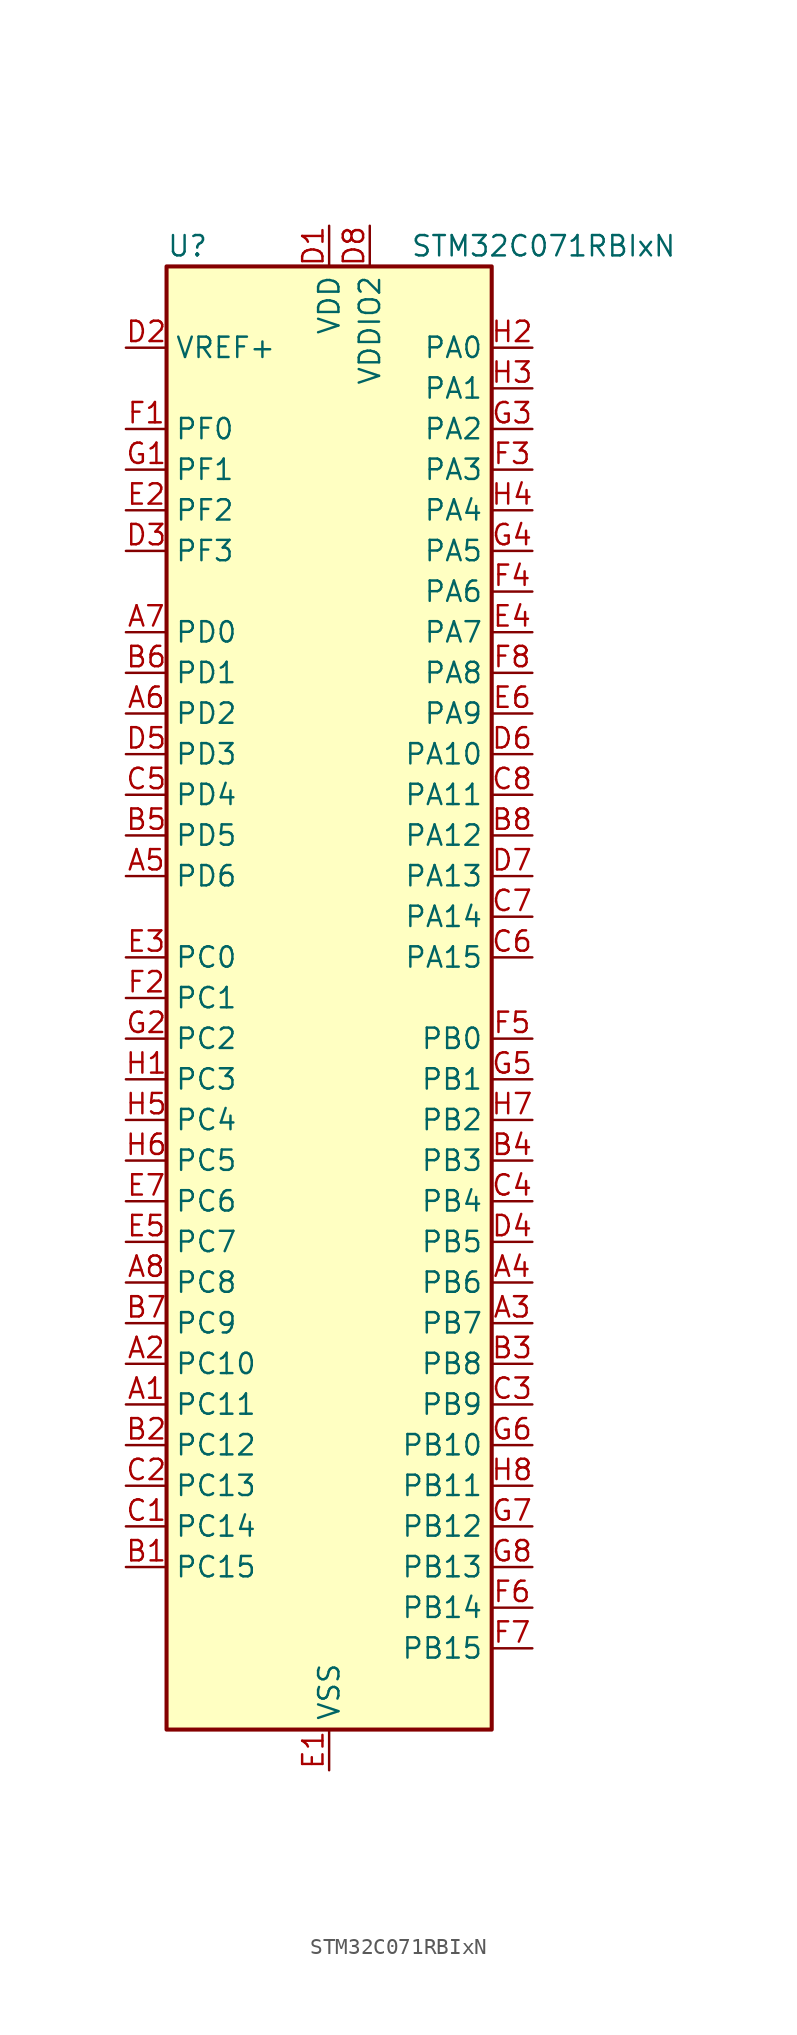
<source format=kicad_sym>
(kicad_symbol_lib
  (version 20241209)
  (generator "kicad_symbol_editor")
  (generator_version "9.0")
  (symbol "STM32C071RBIxN"
    (property "Reference" "U"
      (at -10.16 46.99 0)
      (effects (font (size 1.27 1.27)) (justify left)))
    (property "Value" "STM32C071RBIxN"
      (at 5.08 46.99 0)
      (effects (font (size 1.27 1.27)) (justify left)))
    (symbol "STM32C071RBIxN_0_1"
      (rectangle (start -10.16 -45.72) (end 10.16 45.72) (stroke (width 0.254) (type default)) (fill (type background))))
    (symbol "STM32C071RBIxN_1_1"
      (pin input line (at -12.7 40.64 0) (length 2.54) (name "VREF+" (effects (font (size 1.27 1.27)))) (number "D2" (effects (font (size 1.27 1.27)))))
      (pin bidirectional line (at -12.7 35.56 0) (length 2.54) (name "PF0" (effects (font (size 1.27 1.27)))) (number "F1" (effects (font (size 1.27 1.27)))) (alternate "CRS_SYNC" bidirectional line) (alternate "RCC_OSC_IN" bidirectional line) (alternate "TIM14_CH1" bidirectional line))
      (pin bidirectional line (at -12.7 33.02 0) (length 2.54) (name "PF1" (effects (font (size 1.27 1.27)))) (number "G1" (effects (font (size 1.27 1.27)))) (alternate "RCC_OSC_EN" bidirectional line) (alternate "RCC_OSC_OUT" bidirectional line))
      (pin bidirectional line (at -12.7 30.48 0) (length 2.54) (name "PF2" (effects (font (size 1.27 1.27)))) (number "E2" (effects (font (size 1.27 1.27)))) (alternate "RCC_MCO" bidirectional line) (alternate "TIM1_CH4" bidirectional line))
      (pin bidirectional line (at -12.7 27.94 0) (length 2.54) (name "PF3" (effects (font (size 1.27 1.27)))) (number "D3" (effects (font (size 1.27 1.27)))))
      (pin bidirectional line (at -12.7 22.86 0) (length 2.54) (name "PD0" (effects (font (size 1.27 1.27)))) (number "A7" (effects (font (size 1.27 1.27)))) (alternate "SPI2_NSS" bidirectional line) (alternate "TIM16_CH1" bidirectional line))
      (pin bidirectional line (at -12.7 20.32 0) (length 2.54) (name "PD1" (effects (font (size 1.27 1.27)))) (number "B6" (effects (font (size 1.27 1.27)))) (alternate "SPI2_SCK" bidirectional line) (alternate "TIM17_CH1" bidirectional line))
      (pin bidirectional line (at -12.7 17.78 0) (length 2.54) (name "PD2" (effects (font (size 1.27 1.27)))) (number "A6" (effects (font (size 1.27 1.27)))) (alternate "TIM1_CH1N" bidirectional line) (alternate "TIM3_ETR" bidirectional line))
      (pin bidirectional line (at -12.7 15.24 0) (length 2.54) (name "PD3" (effects (font (size 1.27 1.27)))) (number "D5" (effects (font (size 1.27 1.27)))) (alternate "SPI2_MISO" bidirectional line) (alternate "TIM1_CH2N" bidirectional line) (alternate "USART2_CTS" bidirectional line) (alternate "USART2_NSS" bidirectional line))
      (pin bidirectional line (at -12.7 12.7 0) (length 2.54) (name "PD4" (effects (font (size 1.27 1.27)))) (number "C5" (effects (font (size 1.27 1.27)))) (alternate "SPI2_MOSI" bidirectional line) (alternate "TIM1_CH3N" bidirectional line) (alternate "USART2_CK" bidirectional line) (alternate "USART2_DE" bidirectional line) (alternate "USART2_RTS" bidirectional line))
      (pin bidirectional line (at -12.7 10.16 0) (length 2.54) (name "PD5" (effects (font (size 1.27 1.27)))) (number "B5" (effects (font (size 1.27 1.27)))) (alternate "I2S1_MCK" bidirectional line) (alternate "SPI1_MISO" bidirectional line) (alternate "TIM1_BKIN" bidirectional line) (alternate "USART2_TX" bidirectional line))
      (pin bidirectional line (at -12.7 7.62 0) (length 2.54) (name "PD6" (effects (font (size 1.27 1.27)))) (number "A5" (effects (font (size 1.27 1.27)))) (alternate "I2S1_SD" bidirectional line) (alternate "SPI1_MOSI" bidirectional line) (alternate "USART2_RX" bidirectional line))
      (pin bidirectional line (at -12.7 2.54 0) (length 2.54) (name "PC0" (effects (font (size 1.27 1.27)))) (number "E3" (effects (font (size 1.27 1.27)))))
      (pin bidirectional line (at -12.7 0 0) (length 2.54) (name "PC1" (effects (font (size 1.27 1.27)))) (number "F2" (effects (font (size 1.27 1.27)))))
      (pin bidirectional line (at -12.7 -2.54 0) (length 2.54) (name "PC2" (effects (font (size 1.27 1.27)))) (number "G2" (effects (font (size 1.27 1.27)))) (alternate "SPI2_MISO" bidirectional line))
      (pin bidirectional line (at -12.7 -5.08 0) (length 2.54) (name "PC3" (effects (font (size 1.27 1.27)))) (number "H1" (effects (font (size 1.27 1.27)))) (alternate "SPI2_MOSI" bidirectional line))
      (pin bidirectional line (at -12.7 -7.62 0) (length 2.54) (name "PC4" (effects (font (size 1.27 1.27)))) (number "H5" (effects (font (size 1.27 1.27)))) (alternate "ADC1_IN11" bidirectional line) (alternate "TIM2_CH1" bidirectional line) (alternate "TIM2_ETR" bidirectional line) (alternate "USART1_TX" bidirectional line))
      (pin bidirectional line (at -12.7 -10.16 0) (length 2.54) (name "PC5" (effects (font (size 1.27 1.27)))) (number "H6" (effects (font (size 1.27 1.27)))) (alternate "ADC1_IN12" bidirectional line) (alternate "PWR_WKUP5" bidirectional line) (alternate "TIM2_CH2" bidirectional line) (alternate "USART1_RX" bidirectional line))
      (pin bidirectional line (at -12.7 -12.7 0) (length 2.54) (name "PC6" (effects (font (size 1.27 1.27)))) (number "E7" (effects (font (size 1.27 1.27)))) (alternate "TIM2_CH3" bidirectional line) (alternate "TIM3_CH1" bidirectional line))
      (pin bidirectional line (at -12.7 -15.24 0) (length 2.54) (name "PC7" (effects (font (size 1.27 1.27)))) (number "E5" (effects (font (size 1.27 1.27)))) (alternate "TIM2_CH4" bidirectional line) (alternate "TIM3_CH2" bidirectional line))
      (pin bidirectional line (at -12.7 -17.78 0) (length 2.54) (name "PC8" (effects (font (size 1.27 1.27)))) (number "A8" (effects (font (size 1.27 1.27)))) (alternate "TIM1_CH1" bidirectional line) (alternate "TIM3_CH3" bidirectional line))
      (pin bidirectional line (at -12.7 -20.32 0) (length 2.54) (name "PC9" (effects (font (size 1.27 1.27)))) (number "B7" (effects (font (size 1.27 1.27)))) (alternate "I2S_CKIN" bidirectional line) (alternate "TIM1_CH2" bidirectional line) (alternate "TIM3_CH4" bidirectional line) (alternate "USB_NOE" bidirectional line))
      (pin bidirectional line (at -12.7 -22.86 0) (length 2.54) (name "PC10" (effects (font (size 1.27 1.27)))) (number "A2" (effects (font (size 1.27 1.27)))) (alternate "TIM1_CH3" bidirectional line))
      (pin bidirectional line (at -12.7 -25.4 0) (length 2.54) (name "PC11" (effects (font (size 1.27 1.27)))) (number "A1" (effects (font (size 1.27 1.27)))) (alternate "ADC1_EXTI11" bidirectional line) (alternate "TIM1_CH4" bidirectional line))
      (pin bidirectional line (at -12.7 -27.94 0) (length 2.54) (name "PC12" (effects (font (size 1.27 1.27)))) (number "B2" (effects (font (size 1.27 1.27)))) (alternate "TIM14_CH1" bidirectional line))
      (pin bidirectional line (at -12.7 -30.48 0) (length 2.54) (name "PC13" (effects (font (size 1.27 1.27)))) (number "C2" (effects (font (size 1.27 1.27)))) (alternate "PWR_WKUP2" bidirectional line) (alternate "RTC_OUT1" bidirectional line) (alternate "RTC_TS" bidirectional line) (alternate "TIM1_BKIN" bidirectional line) (alternate "TIM1_ETR" bidirectional line))
      (pin bidirectional line (at -12.7 -33.02 0) (length 2.54) (name "PC14" (effects (font (size 1.27 1.27)))) (number "C1" (effects (font (size 1.27 1.27)))) (alternate "I2C1_SDA" bidirectional line) (alternate "IR_OUT" bidirectional line) (alternate "RCC_OSCX_IN" bidirectional line) (alternate "SPI2_NSS" bidirectional line) (alternate "TIM17_CH1" bidirectional line) (alternate "TIM1_BKIN2" bidirectional line) (alternate "TIM1_ETR" bidirectional line) (alternate "TIM3_CH2" bidirectional line) (alternate "USART1_TX" bidirectional line) (alternate "USART2_CK" bidirectional line) (alternate "USART2_DE" bidirectional line) (alternate "USART2_RTS" bidirectional line))
      (pin bidirectional line (at -12.7 -35.56 0) (length 2.54) (name "PC15" (effects (font (size 1.27 1.27)))) (number "B1" (effects (font (size 1.27 1.27)))) (alternate "RCC_OSC32_EN" bidirectional line) (alternate "RCC_OSCX_OUT" bidirectional line) (alternate "RCC_OSC_EN" bidirectional line) (alternate "TIM1_ETR" bidirectional line) (alternate "TIM3_CH3" bidirectional line))
      (pin power_in line (at 0 48.26 270) (length 2.54) (name "VDD" (effects (font (size 1.27 1.27)))) (number "D1" (effects (font (size 1.27 1.27)))))
      (pin power_in line (at 0 -48.26 90) (length 2.54) (name "VSS" (effects (font (size 1.27 1.27)))) (number "E1" (effects (font (size 1.27 1.27)))))
      (pin passive line (at 0 -48.26 90) (length 2.54) (hide yes) (name "VSS" (effects (font (size 1.27 1.27)))) (number "E8" (effects (font (size 1.27 1.27)))))
      (pin power_in line (at 2.54 48.26 270) (length 2.54) (name "VDDIO2" (effects (font (size 1.27 1.27)))) (number "D8" (effects (font (size 1.27 1.27)))))
      (pin bidirectional line (at 12.7 40.64 180) (length 2.54) (name "PA0" (effects (font (size 1.27 1.27)))) (number "H2" (effects (font (size 1.27 1.27)))) (alternate "ADC1_IN0" bidirectional line) (alternate "PWR_WKUP1" bidirectional line) (alternate "SPI2_SCK" bidirectional line) (alternate "TIM16_CH1" bidirectional line) (alternate "TIM1_CH1" bidirectional line) (alternate "TIM2_CH1" bidirectional line) (alternate "TIM2_ETR" bidirectional line) (alternate "USART1_TX" bidirectional line) (alternate "USART2_CTS" bidirectional line) (alternate "USART2_NSS" bidirectional line))
      (pin bidirectional line (at 12.7 38.1 180) (length 2.54) (name "PA1" (effects (font (size 1.27 1.27)))) (number "H3" (effects (font (size 1.27 1.27)))) (alternate "ADC1_IN1" bidirectional line) (alternate "I2C1_SMBA" bidirectional line) (alternate "I2S1_CK" bidirectional line) (alternate "SPI1_SCK" bidirectional line) (alternate "TIM17_CH1" bidirectional line) (alternate "TIM1_CH2" bidirectional line) (alternate "TIM2_CH2" bidirectional line) (alternate "USART1_RX" bidirectional line) (alternate "USART2_CK" bidirectional line) (alternate "USART2_DE" bidirectional line) (alternate "USART2_RTS" bidirectional line))
      (pin bidirectional line (at 12.7 35.56 180) (length 2.54) (name "PA2" (effects (font (size 1.27 1.27)))) (number "G3" (effects (font (size 1.27 1.27)))) (alternate "ADC1_IN2" bidirectional line) (alternate "I2S1_SD" bidirectional line) (alternate "PWR_WKUP4" bidirectional line) (alternate "RCC_LSCO" bidirectional line) (alternate "SPI1_MOSI" bidirectional line) (alternate "TIM16_CH1N" bidirectional line) (alternate "TIM1_CH3" bidirectional line) (alternate "TIM2_CH3" bidirectional line) (alternate "TIM3_ETR" bidirectional line) (alternate "USART2_TX" bidirectional line))
      (pin bidirectional line (at 12.7 33.02 180) (length 2.54) (name "PA3" (effects (font (size 1.27 1.27)))) (number "F3" (effects (font (size 1.27 1.27)))) (alternate "ADC1_IN3" bidirectional line) (alternate "SPI2_MISO" bidirectional line) (alternate "TIM1_CH1N" bidirectional line) (alternate "TIM1_CH4" bidirectional line) (alternate "TIM2_CH4" bidirectional line) (alternate "USART2_RX" bidirectional line))
      (pin bidirectional line (at 12.7 30.48 180) (length 2.54) (name "PA4" (effects (font (size 1.27 1.27)))) (number "H4" (effects (font (size 1.27 1.27)))) (alternate "ADC1_IN4" bidirectional line) (alternate "I2S1_WS" bidirectional line) (alternate "RTC_OUT2" bidirectional line) (alternate "SPI1_NSS" bidirectional line) (alternate "SPI2_MOSI" bidirectional line) (alternate "TIM14_CH1" bidirectional line) (alternate "TIM17_CH1N" bidirectional line) (alternate "TIM1_CH2N" bidirectional line) (alternate "USART2_TX" bidirectional line) (alternate "USB_NOE" bidirectional line))
      (pin bidirectional line (at 12.7 27.94 180) (length 2.54) (name "PA5" (effects (font (size 1.27 1.27)))) (number "G4" (effects (font (size 1.27 1.27)))) (alternate "ADC1_IN5" bidirectional line) (alternate "I2S1_CK" bidirectional line) (alternate "SPI1_SCK" bidirectional line) (alternate "TIM1_CH1" bidirectional line) (alternate "TIM1_CH3N" bidirectional line) (alternate "TIM2_CH1" bidirectional line) (alternate "TIM2_ETR" bidirectional line) (alternate "USART2_RX" bidirectional line))
      (pin bidirectional line (at 12.7 25.4 180) (length 2.54) (name "PA6" (effects (font (size 1.27 1.27)))) (number "F4" (effects (font (size 1.27 1.27)))) (alternate "ADC1_IN6" bidirectional line) (alternate "I2C2_SDA" bidirectional line) (alternate "I2S1_MCK" bidirectional line) (alternate "SPI1_MISO" bidirectional line) (alternate "TIM16_CH1" bidirectional line) (alternate "TIM1_BKIN" bidirectional line) (alternate "TIM3_CH1" bidirectional line))
      (pin bidirectional line (at 12.7 22.86 180) (length 2.54) (name "PA7" (effects (font (size 1.27 1.27)))) (number "E4" (effects (font (size 1.27 1.27)))) (alternate "ADC1_IN7" bidirectional line) (alternate "I2C2_SCL" bidirectional line) (alternate "I2S1_SD" bidirectional line) (alternate "SPI1_MOSI" bidirectional line) (alternate "TIM14_CH1" bidirectional line) (alternate "TIM17_CH1" bidirectional line) (alternate "TIM1_CH1N" bidirectional line) (alternate "TIM3_CH2" bidirectional line))
      (pin bidirectional line (at 12.7 20.32 180) (length 2.54) (name "PA8" (effects (font (size 1.27 1.27)))) (number "F8" (effects (font (size 1.27 1.27)))) (alternate "ADC1_IN8" bidirectional line) (alternate "CRS_SYNC" bidirectional line) (alternate "I2S1_WS" bidirectional line) (alternate "RCC_MCO" bidirectional line) (alternate "RCC_MCO2" bidirectional line) (alternate "SPI1_NSS" bidirectional line) (alternate "SPI2_MISO" bidirectional line) (alternate "SPI2_NSS" bidirectional line) (alternate "TIM14_CH1" bidirectional line) (alternate "TIM1_CH1" bidirectional line) (alternate "TIM1_CH2N" bidirectional line) (alternate "TIM1_CH3N" bidirectional line) (alternate "TIM3_CH3" bidirectional line) (alternate "TIM3_CH4" bidirectional line) (alternate "USART1_RX" bidirectional line) (alternate "USART2_TX" bidirectional line))
      (pin bidirectional line (at 12.7 17.78 180) (length 2.54) (name "PA9" (effects (font (size 1.27 1.27)))) (number "E6" (effects (font (size 1.27 1.27)))) (alternate "I2C1_SCL" bidirectional line) (alternate "I2C2_SCL" bidirectional line) (alternate "RCC_MCO" bidirectional line) (alternate "SPI2_MISO" bidirectional line) (alternate "TIM1_CH2" bidirectional line) (alternate "TIM3_ETR" bidirectional line) (alternate "USART1_TX" bidirectional line))
      (pin bidirectional line (at 12.7 15.24 180) (length 2.54) (name "PA10" (effects (font (size 1.27 1.27)))) (number "D6" (effects (font (size 1.27 1.27)))) (alternate "I2C1_SDA" bidirectional line) (alternate "I2C2_SDA" bidirectional line) (alternate "RCC_MCO2" bidirectional line) (alternate "SPI2_MOSI" bidirectional line) (alternate "TIM17_BKIN" bidirectional line) (alternate "TIM1_CH3" bidirectional line) (alternate "USART1_RX" bidirectional line))
      (pin bidirectional line (at 12.7 12.7 180) (length 2.54) (name "PA11" (effects (font (size 1.27 1.27)))) (number "C8" (effects (font (size 1.27 1.27)))) (alternate "ADC1_EXTI11" bidirectional line) (alternate "I2C2_SCL" bidirectional line) (alternate "I2S1_MCK" bidirectional line) (alternate "SPI1_MISO" bidirectional line) (alternate "TIM1_BKIN2" bidirectional line) (alternate "TIM1_CH4" bidirectional line) (alternate "USART1_CTS" bidirectional line) (alternate "USART1_NSS" bidirectional line) (alternate "USB_DM" bidirectional line))
      (pin bidirectional line (at 12.7 10.16 180) (length 2.54) (name "PA12" (effects (font (size 1.27 1.27)))) (number "B8" (effects (font (size 1.27 1.27)))) (alternate "I2C2_SDA" bidirectional line) (alternate "I2S1_SD" bidirectional line) (alternate "I2S_CKIN" bidirectional line) (alternate "SPI1_MOSI" bidirectional line) (alternate "TIM1_ETR" bidirectional line) (alternate "USART1_CK" bidirectional line) (alternate "USART1_DE" bidirectional line) (alternate "USART1_RTS" bidirectional line) (alternate "USB_DP" bidirectional line))
      (pin bidirectional line (at 12.7 7.62 180) (length 2.54) (name "PA13" (effects (font (size 1.27 1.27)))) (number "D7" (effects (font (size 1.27 1.27)))) (alternate "ADC1_IN13" bidirectional line) (alternate "DEBUG_SWDIO" bidirectional line) (alternate "IR_OUT" bidirectional line) (alternate "TIM3_ETR" bidirectional line) (alternate "USART2_RX" bidirectional line) (alternate "USB_NOE" bidirectional line))
      (pin bidirectional line (at 12.7 5.08 180) (length 2.54) (name "PA14" (effects (font (size 1.27 1.27)))) (number "C7" (effects (font (size 1.27 1.27)))) (alternate "ADC1_IN14" bidirectional line) (alternate "DEBUG_SWCLK" bidirectional line) (alternate "I2S1_WS" bidirectional line) (alternate "RCC_MCO2" bidirectional line) (alternate "SPI1_NSS" bidirectional line) (alternate "TIM1_CH1" bidirectional line) (alternate "USART1_CK" bidirectional line) (alternate "USART1_DE" bidirectional line) (alternate "USART1_RTS" bidirectional line) (alternate "USART2_RX" bidirectional line) (alternate "USART2_TX" bidirectional line))
      (pin bidirectional line (at 12.7 2.54 180) (length 2.54) (name "PA15" (effects (font (size 1.27 1.27)))) (number "C6" (effects (font (size 1.27 1.27)))) (alternate "I2S1_WS" bidirectional line) (alternate "RCC_MCO2" bidirectional line) (alternate "SPI1_NSS" bidirectional line) (alternate "TIM1_CH1" bidirectional line) (alternate "TIM2_CH1" bidirectional line) (alternate "TIM2_ETR" bidirectional line) (alternate "USART1_CK" bidirectional line) (alternate "USART1_DE" bidirectional line) (alternate "USART1_RTS" bidirectional line) (alternate "USART2_RX" bidirectional line) (alternate "USB_NOE" bidirectional line))
      (pin bidirectional line (at 12.7 -2.54 180) (length 2.54) (name "PB0" (effects (font (size 1.27 1.27)))) (number "F5" (effects (font (size 1.27 1.27)))) (alternate "ADC1_IN17" bidirectional line) (alternate "I2S1_WS" bidirectional line) (alternate "SPI1_NSS" bidirectional line) (alternate "TIM1_CH2N" bidirectional line) (alternate "TIM3_CH3" bidirectional line))
      (pin bidirectional line (at 12.7 -5.08 180) (length 2.54) (name "PB1" (effects (font (size 1.27 1.27)))) (number "G5" (effects (font (size 1.27 1.27)))) (alternate "ADC1_IN18" bidirectional line) (alternate "TIM14_CH1" bidirectional line) (alternate "TIM1_CH2N" bidirectional line) (alternate "TIM1_CH3N" bidirectional line) (alternate "TIM3_CH4" bidirectional line))
      (pin bidirectional line (at 12.7 -7.62 180) (length 2.54) (name "PB2" (effects (font (size 1.27 1.27)))) (number "H7" (effects (font (size 1.27 1.27)))) (alternate "ADC1_IN19" bidirectional line) (alternate "RCC_MCO2" bidirectional line) (alternate "SPI2_MISO" bidirectional line) (alternate "USART1_RX" bidirectional line))
      (pin bidirectional line (at 12.7 -10.16 180) (length 2.54) (name "PB3" (effects (font (size 1.27 1.27)))) (number "B4" (effects (font (size 1.27 1.27)))) (alternate "I2C2_SCL" bidirectional line) (alternate "I2S1_CK" bidirectional line) (alternate "SPI1_SCK" bidirectional line) (alternate "TIM1_CH2" bidirectional line) (alternate "TIM2_CH2" bidirectional line) (alternate "TIM3_CH2" bidirectional line) (alternate "USART1_CK" bidirectional line) (alternate "USART1_DE" bidirectional line) (alternate "USART1_RTS" bidirectional line))
      (pin bidirectional line (at 12.7 -12.7 180) (length 2.54) (name "PB4" (effects (font (size 1.27 1.27)))) (number "C4" (effects (font (size 1.27 1.27)))) (alternate "I2C2_SDA" bidirectional line) (alternate "I2S1_MCK" bidirectional line) (alternate "SPI1_MISO" bidirectional line) (alternate "TIM17_BKIN" bidirectional line) (alternate "TIM3_CH1" bidirectional line) (alternate "USART1_CTS" bidirectional line) (alternate "USART1_NSS" bidirectional line))
      (pin bidirectional line (at 12.7 -15.24 180) (length 2.54) (name "PB5" (effects (font (size 1.27 1.27)))) (number "D4" (effects (font (size 1.27 1.27)))) (alternate "I2C1_SMBA" bidirectional line) (alternate "I2S1_SD" bidirectional line) (alternate "PWR_WKUP6" bidirectional line) (alternate "SPI1_MOSI" bidirectional line) (alternate "TIM16_BKIN" bidirectional line) (alternate "TIM3_CH2" bidirectional line) (alternate "TIM3_CH3" bidirectional line))
      (pin bidirectional line (at 12.7 -17.78 180) (length 2.54) (name "PB6" (effects (font (size 1.27 1.27)))) (number "A4" (effects (font (size 1.27 1.27)))) (alternate "I2C1_SCL" bidirectional line) (alternate "I2C1_SMBA" bidirectional line) (alternate "I2S1_CK" bidirectional line) (alternate "I2S1_MCK" bidirectional line) (alternate "I2S1_SD" bidirectional line) (alternate "PWR_WKUP3" bidirectional line) (alternate "SPI1_MISO" bidirectional line) (alternate "SPI1_MOSI" bidirectional line) (alternate "SPI1_SCK" bidirectional line) (alternate "SPI2_MISO" bidirectional line) (alternate "TIM16_BKIN" bidirectional line) (alternate "TIM16_CH1N" bidirectional line) (alternate "TIM17_BKIN" bidirectional line) (alternate "TIM1_CH2" bidirectional line) (alternate "TIM1_CH3" bidirectional line) (alternate "TIM3_CH1" bidirectional line) (alternate "TIM3_CH2" bidirectional line) (alternate "TIM3_CH3" bidirectional line) (alternate "USART1_CTS" bidirectional line) (alternate "USART1_NSS" bidirectional line) (alternate "USART1_TX" bidirectional line))
      (pin bidirectional line (at 12.7 -20.32 180) (length 2.54) (name "PB7" (effects (font (size 1.27 1.27)))) (number "A3" (effects (font (size 1.27 1.27)))) (alternate "I2C1_SCL" bidirectional line) (alternate "I2C1_SDA" bidirectional line) (alternate "SPI2_MOSI" bidirectional line) (alternate "TIM16_CH1" bidirectional line) (alternate "TIM17_CH1N" bidirectional line) (alternate "TIM1_CH4" bidirectional line) (alternate "TIM3_CH1" bidirectional line) (alternate "TIM3_CH4" bidirectional line) (alternate "USART1_RX" bidirectional line) (alternate "USART2_CTS" bidirectional line) (alternate "USART2_NSS" bidirectional line))
      (pin bidirectional line (at 12.7 -22.86 180) (length 2.54) (name "PB8" (effects (font (size 1.27 1.27)))) (number "B3" (effects (font (size 1.27 1.27)))) (alternate "I2C1_SCL" bidirectional line) (alternate "SPI2_SCK" bidirectional line) (alternate "TIM16_CH1" bidirectional line) (alternate "TIM3_CH1" bidirectional line) (alternate "USART2_CTS" bidirectional line) (alternate "USART2_NSS" bidirectional line))
      (pin bidirectional line (at 12.7 -25.4 180) (length 2.54) (name "PB9" (effects (font (size 1.27 1.27)))) (number "C3" (effects (font (size 1.27 1.27)))) (alternate "I2C1_SDA" bidirectional line) (alternate "IR_OUT" bidirectional line) (alternate "SPI2_NSS" bidirectional line) (alternate "TIM17_CH1" bidirectional line) (alternate "TIM3_CH2" bidirectional line) (alternate "USART2_CK" bidirectional line) (alternate "USART2_DE" bidirectional line) (alternate "USART2_RTS" bidirectional line))
      (pin bidirectional line (at 12.7 -27.94 180) (length 2.54) (name "PB10" (effects (font (size 1.27 1.27)))) (number "G6" (effects (font (size 1.27 1.27)))) (alternate "ADC1_IN20" bidirectional line) (alternate "I2C2_SCL" bidirectional line) (alternate "SPI2_SCK" bidirectional line) (alternate "TIM2_CH3" bidirectional line))
      (pin bidirectional line (at 12.7 -30.48 180) (length 2.54) (name "PB11" (effects (font (size 1.27 1.27)))) (number "H8" (effects (font (size 1.27 1.27)))) (alternate "ADC1_EXTI11" bidirectional line) (alternate "ADC1_IN21" bidirectional line) (alternate "I2C2_SDA" bidirectional line) (alternate "SPI2_MOSI" bidirectional line) (alternate "TIM2_CH4" bidirectional line))
      (pin bidirectional line (at 12.7 -33.02 180) (length 2.54) (name "PB12" (effects (font (size 1.27 1.27)))) (number "G7" (effects (font (size 1.27 1.27)))) (alternate "ADC1_IN22" bidirectional line) (alternate "SPI2_NSS" bidirectional line) (alternate "TIM1_BKIN" bidirectional line) (alternate "TIM1_BKIN2" bidirectional line))
      (pin bidirectional line (at 12.7 -35.56 180) (length 2.54) (name "PB13" (effects (font (size 1.27 1.27)))) (number "G8" (effects (font (size 1.27 1.27)))) (alternate "I2C2_SCL" bidirectional line) (alternate "SPI2_SCK" bidirectional line) (alternate "TIM1_CH1N" bidirectional line))
      (pin bidirectional line (at 12.7 -38.1 180) (length 2.54) (name "PB14" (effects (font (size 1.27 1.27)))) (number "F6" (effects (font (size 1.27 1.27)))) (alternate "I2C2_SDA" bidirectional line) (alternate "SPI2_MISO" bidirectional line) (alternate "TIM1_CH2N" bidirectional line))
      (pin bidirectional line (at 12.7 -40.64 180) (length 2.54) (name "PB15" (effects (font (size 1.27 1.27)))) (number "F7" (effects (font (size 1.27 1.27)))) (alternate "RTC_REFIN" bidirectional line) (alternate "SPI2_MOSI" bidirectional line) (alternate "TIM1_CH3N" bidirectional line)))))
</source>
